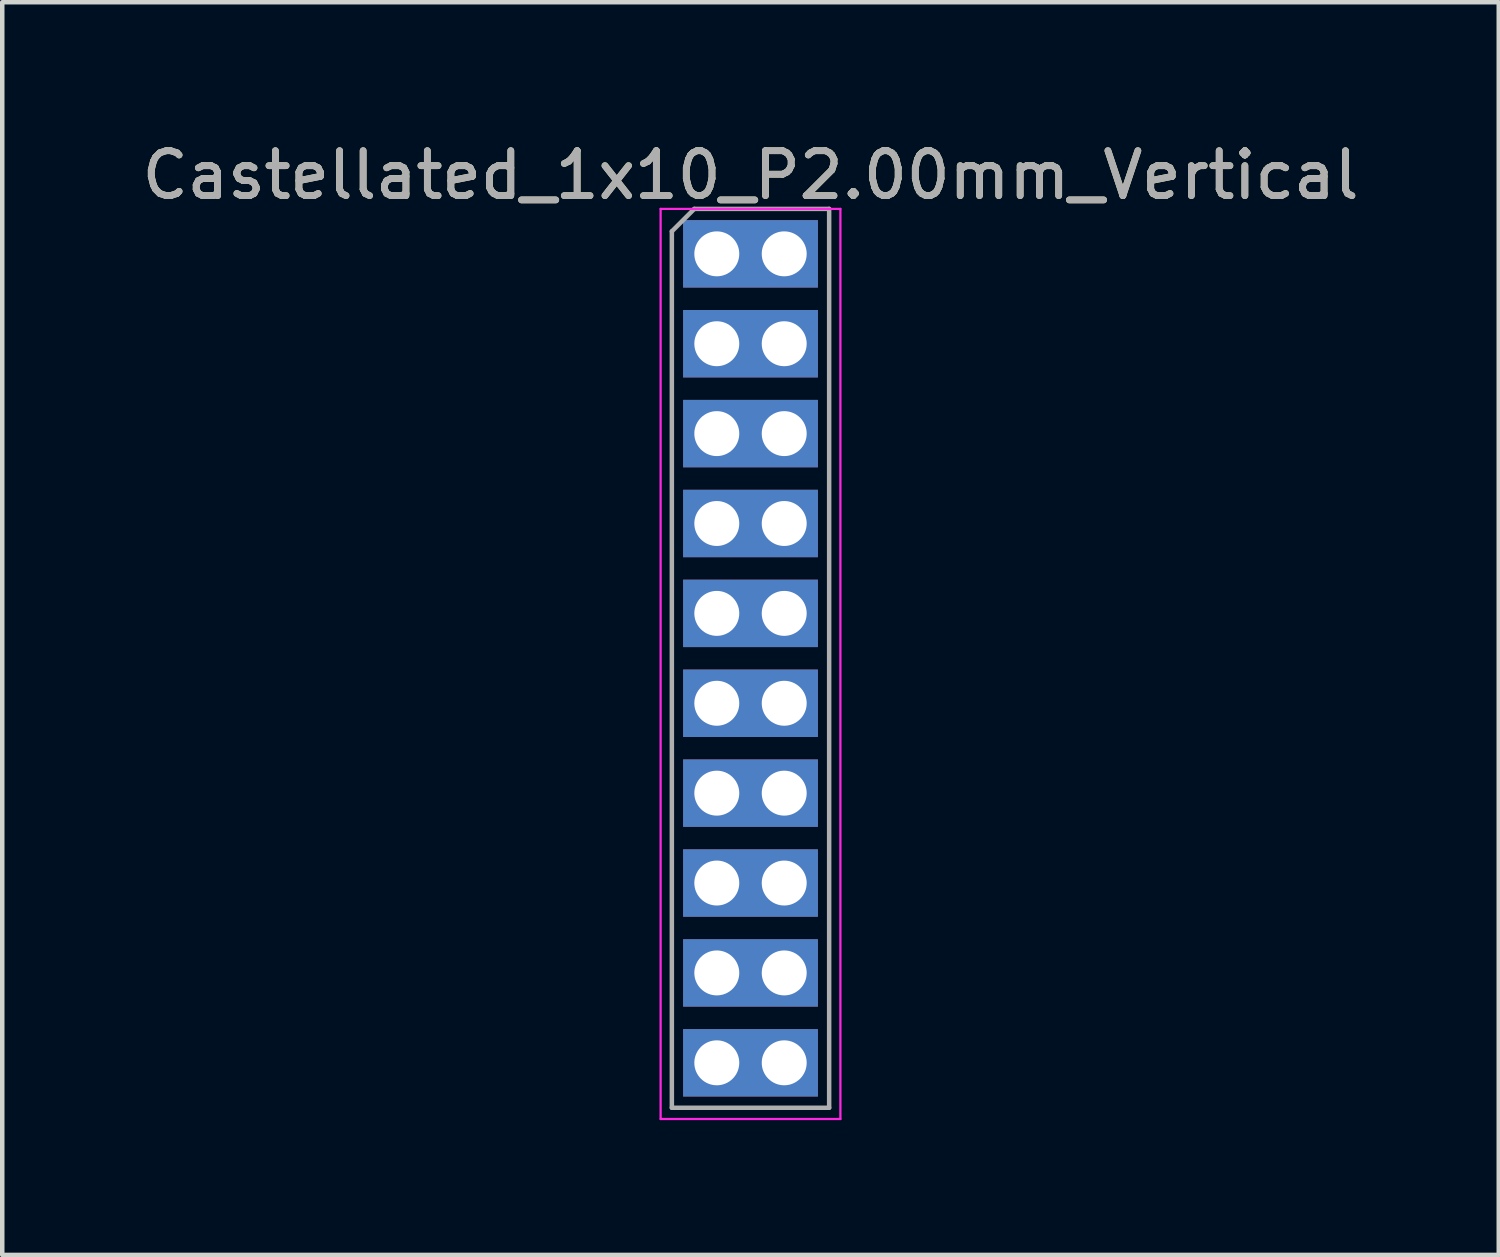
<source format=kicad_pcb>
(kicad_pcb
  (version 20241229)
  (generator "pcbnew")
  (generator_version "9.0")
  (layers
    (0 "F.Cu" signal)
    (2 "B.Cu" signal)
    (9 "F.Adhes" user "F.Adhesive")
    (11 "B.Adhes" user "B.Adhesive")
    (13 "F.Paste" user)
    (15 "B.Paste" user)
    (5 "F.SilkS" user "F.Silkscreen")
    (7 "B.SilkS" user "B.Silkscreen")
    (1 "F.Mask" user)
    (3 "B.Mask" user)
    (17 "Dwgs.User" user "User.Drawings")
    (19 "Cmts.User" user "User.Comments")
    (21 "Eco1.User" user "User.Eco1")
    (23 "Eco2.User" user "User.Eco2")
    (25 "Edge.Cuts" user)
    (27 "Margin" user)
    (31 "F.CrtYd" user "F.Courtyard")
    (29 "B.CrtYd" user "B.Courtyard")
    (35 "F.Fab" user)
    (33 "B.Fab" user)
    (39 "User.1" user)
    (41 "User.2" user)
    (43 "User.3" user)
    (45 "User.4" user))
  (footprint "Castellated_1x10_P2.00mm_Vertical"
    (layer "F.Cu")
    (at 12.899 2.598)
    (property "Reference" "Castellated_1x10_P2.00mm_Vertical" (at 0.75 -1.75 0) (layer "F.SilkS") (effects (font (size 1 1) (thickness 0.15))))
    (attr through_hole)
    (fp_line (start -1.25 -1) (end -1.25 19.25) (stroke (width 0.05) (type solid)) (layer "F.CrtYd"))
    (fp_line (start -1.25 19.25) (end 2.75 19.25) (stroke (width 0.05) (type solid)) (layer "F.CrtYd"))
    (fp_line (start 2.75 -1) (end -1.25 -1) (stroke (width 0.05) (type solid)) (layer "F.CrtYd"))
    (fp_line (start 2.75 19.25) (end 2.75 -1) (stroke (width 0.05) (type solid)) (layer "F.CrtYd"))
    (fp_line (start -1 -0.5) (end -0.5 -1) (stroke (width 0.1) (type solid)) (layer "F.Fab"))
    (fp_line (start -1 19) (end -1 -0.5) (stroke (width 0.1) (type solid)) (layer "F.Fab"))
    (fp_line (start -0.5 -1) (end 2.5 -1) (stroke (width 0.1) (type solid)) (layer "F.Fab"))
    (fp_line (start 2.5 -1) (end 2.5 19) (stroke (width 0.1) (type solid)) (layer "F.Fab"))
    (fp_line (start 2.5 19) (end -1 19) (stroke (width 0.1) (type solid)) (layer "F.Fab"))
    (fp_text user "${REFERENCE}" (at 0.75 -1.75 180) (layer "F.Fab") (effects (font (size 1 1) (thickness 0.15))))
    (pad "1" thru_hole circle (at 0 0) (size 1.35 1.35) (drill 1) (layers "*.Cu" "*.Mask"))
    (pad "1" smd rect (at 0.75 0) (size 3 1.5) (layers "F.Cu" "F.Mask"))
    (pad "1" smd rect (at 0.75 0) (size 3 1.5) (layers "B.Cu" "B.Mask"))
    (pad "1" thru_hole circle (at 1.5 0) (size 1.35 1.35) (drill 1) (layers "*.Cu" "*.Mask"))
    (pad "2" thru_hole oval (at 0 2) (size 1.35 1.35) (drill 1) (layers "*.Cu" "*.Mask"))
    (pad "2" smd rect (at 0.75 2) (size 3 1.5) (layers "F.Cu" "F.Mask"))
    (pad "2" smd rect (at 0.75 2) (size 3 1.5) (layers "B.Cu" "B.Mask"))
    (pad "2" thru_hole oval (at 1.5 2) (size 1.35 1.35) (drill 1) (layers "*.Cu" "*.Mask"))
    (pad "3" thru_hole oval (at 0 4) (size 1.35 1.35) (drill 1) (layers "*.Cu" "*.Mask"))
    (pad "3" smd rect (at 0.75 4) (size 3 1.5) (layers "F.Cu" "F.Mask"))
    (pad "3" smd rect (at 0.75 4) (size 3 1.5) (layers "B.Cu" "B.Mask"))
    (pad "3" thru_hole oval (at 1.5 4) (size 1.35 1.35) (drill 1) (layers "*.Cu" "*.Mask"))
    (pad "4" thru_hole oval (at 0 6) (size 1.35 1.35) (drill 1) (layers "*.Cu" "*.Mask"))
    (pad "4" smd rect (at 0.75 6) (size 3 1.5) (layers "F.Cu" "F.Mask"))
    (pad "4" smd rect (at 0.75 6 180) (size 3 1.5) (layers "B.Cu" "B.Mask"))
    (pad "4" thru_hole oval (at 1.5 6) (size 1.35 1.35) (drill 1) (layers "*.Cu" "*.Mask"))
    (pad "5" thru_hole oval (at 0 8) (size 1.35 1.35) (drill 1) (layers "*.Cu" "*.Mask"))
    (pad "5" smd rect (at 0.75 8) (size 3 1.5) (layers "F.Cu" "F.Mask"))
    (pad "5" smd rect (at 0.75 8 180) (size 3 1.5) (layers "B.Cu" "B.Mask"))
    (pad "5" thru_hole oval (at 1.5 8) (size 1.35 1.35) (drill 1) (layers "*.Cu" "*.Mask"))
    (pad "6" thru_hole oval (at 0 10) (size 1.35 1.35) (drill 1) (layers "*.Cu" "*.Mask"))
    (pad "6" smd rect (at 0.75 10) (size 3 1.5) (layers "F.Cu" "F.Mask"))
    (pad "6" smd rect (at 0.75 10 180) (size 3 1.5) (layers "B.Cu" "B.Mask"))
    (pad "6" thru_hole oval (at 1.5 10) (size 1.35 1.35) (drill 1) (layers "*.Cu" "*.Mask"))
    (pad "7" thru_hole oval (at 0 12) (size 1.35 1.35) (drill 1) (layers "*.Cu" "*.Mask"))
    (pad "7" smd rect (at 0.75 12) (size 3 1.5) (layers "F.Cu" "F.Mask"))
    (pad "7" smd rect (at 0.75 12 180) (size 3 1.5) (layers "B.Cu" "B.Mask"))
    (pad "7" thru_hole oval (at 1.5 12) (size 1.35 1.35) (drill 1) (layers "*.Cu" "*.Mask"))
    (pad "8" thru_hole oval (at 0 14) (size 1.35 1.35) (drill 1) (layers "*.Cu" "*.Mask"))
    (pad "8" smd rect (at 0.75 14) (size 3 1.5) (layers "F.Cu" "F.Mask"))
    (pad "8" smd rect (at 0.75 14 180) (size 3 1.5) (layers "B.Cu" "B.Mask"))
    (pad "8" thru_hole oval (at 1.5 14) (size 1.35 1.35) (drill 1) (layers "*.Cu" "*.Mask"))
    (pad "9" thru_hole oval (at 0 16) (size 1.35 1.35) (drill 1) (layers "*.Cu" "*.Mask"))
    (pad "9" smd rect (at 0.75 16) (size 3 1.5) (layers "F.Cu" "F.Mask"))
    (pad "9" smd rect (at 0.75 16 180) (size 3 1.5) (layers "B.Cu" "B.Mask"))
    (pad "9" thru_hole oval (at 1.5 16) (size 1.35 1.35) (drill 1) (layers "*.Cu" "*.Mask"))
    (pad "10" thru_hole oval (at 0 18) (size 1.35 1.35) (drill 1) (layers "*.Cu" "*.Mask"))
    (pad "10" smd rect (at 0.75 18) (size 3 1.5) (layers "F.Cu" "F.Mask"))
    (pad "10" smd rect (at 0.75 18 180) (size 3 1.5) (layers "B.Cu" "B.Mask"))
    (pad "10" thru_hole oval (at 1.5 18) (size 1.35 1.35) (drill 1) (layers "*.Cu" "*.Mask")))
  (gr_rect
    (start -3 -3)
    (end 30.298 24.873)
    (stroke (width 0.1) (type default))
    (fill no)
    (layer "Edge.Cuts")))
</source>
